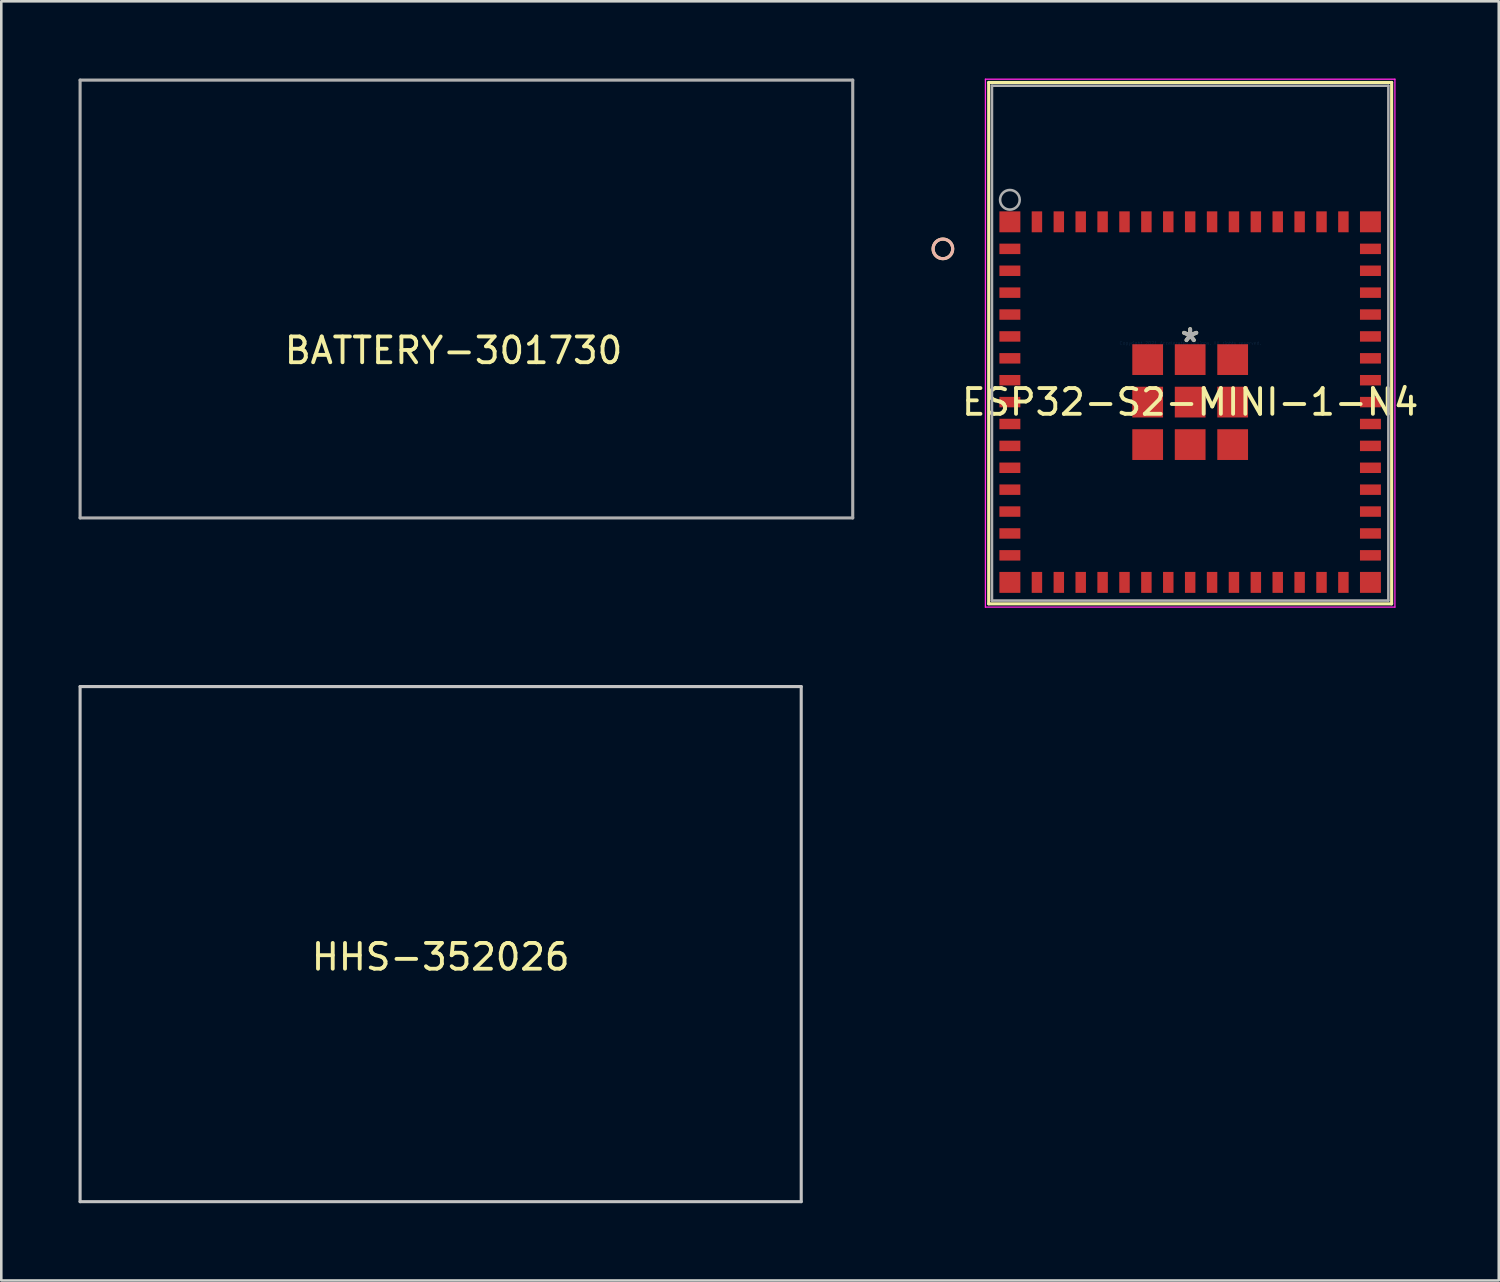
<source format=kicad_pcb>
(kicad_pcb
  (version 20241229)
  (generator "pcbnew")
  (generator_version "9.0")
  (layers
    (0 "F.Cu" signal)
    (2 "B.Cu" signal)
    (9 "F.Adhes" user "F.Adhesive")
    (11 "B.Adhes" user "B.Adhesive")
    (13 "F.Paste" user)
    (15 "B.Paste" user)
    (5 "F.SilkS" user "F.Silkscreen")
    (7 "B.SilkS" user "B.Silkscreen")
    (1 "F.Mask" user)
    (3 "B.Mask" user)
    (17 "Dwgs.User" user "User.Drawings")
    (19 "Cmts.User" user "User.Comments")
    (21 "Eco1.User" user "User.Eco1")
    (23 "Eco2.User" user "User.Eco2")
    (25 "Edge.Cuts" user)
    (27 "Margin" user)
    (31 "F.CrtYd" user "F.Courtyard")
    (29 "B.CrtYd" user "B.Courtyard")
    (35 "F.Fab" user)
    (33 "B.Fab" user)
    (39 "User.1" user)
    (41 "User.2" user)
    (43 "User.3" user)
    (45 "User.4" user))
  (footprint "BATTERY-301730"
    (layer "F.Cu")
    (at 15.06 8.56)
    (property "Reference" "BATTERY-301730" (at -0.5 2 0) (layer "F.SilkS") (effects (font (size 1 1) (thickness 0.15))))
    (attr through_hole)
    (fp_line (start -15 -8.5) (end 15 -8.5) (stroke (width 0.12) (type solid)) (layer "F.Fab"))
    (fp_line (start -15 8.5) (end -15 -8.5) (stroke (width 0.12) (type solid)) (layer "F.Fab"))
    (fp_line (start 15 -8.5) (end 15 8.5) (stroke (width 0.12) (type solid)) (layer "F.Fab"))
    (fp_line (start 15 8.5) (end -15 8.5) (stroke (width 0.12) (type solid)) (layer "F.Fab")))
  (footprint "ESP32-S2-MINI-1-N4"
    (layer "F.Cu")
    (at 43.162 10.274)
    (property "Reference" "ESP32-S2-MINI-1-N4" (at 0 2.289 0) (layer "F.SilkS") (effects (font (size 1 1) (thickness 0.15))))
    (attr through_hole)
    (fp_line (start -7.823 -10.122) (end -7.823 10.122) (stroke (width 0.12) (type solid)) (layer "F.SilkS"))
    (fp_line (start -7.823 10.122) (end 7.823 10.122) (stroke (width 0.12) (type solid)) (layer "F.SilkS"))
    (fp_line (start 7.823 -10.122) (end -7.823 -10.122) (stroke (width 0.12) (type solid)) (layer "F.SilkS"))
    (fp_line (start 7.823 10.122) (end 7.823 -10.122) (stroke (width 0.12) (type solid)) (layer "F.SilkS"))
    (fp_circle (center -9.601 -3.661) (end -9.22 -3.661) (stroke (width 0.12) (type solid)) (fill no) (layer "F.SilkS"))
    (fp_circle (center -9.601 -3.661) (end -9.22 -3.661) (stroke (width 0.12) (type solid)) (fill no) (layer "B.SilkS"))
    (fp_line (start -7.95 -10.249) (end -7.95 10.249) (stroke (width 0.05) (type solid)) (layer "F.CrtYd"))
    (fp_line (start -7.95 10.249) (end 7.95 10.249) (stroke (width 0.05) (type solid)) (layer "F.CrtYd"))
    (fp_line (start 7.95 -10.249) (end -7.95 -10.249) (stroke (width 0.05) (type solid)) (layer "F.CrtYd"))
    (fp_line (start 7.95 10.249) (end 7.95 -10.249) (stroke (width 0.05) (type solid)) (layer "F.CrtYd"))
    (fp_line (start -7.696 -9.995) (end -7.696 9.995) (stroke (width 0.1) (type solid)) (layer "F.Fab"))
    (fp_line (start -7.696 9.995) (end 7.696 9.995) (stroke (width 0.1) (type solid)) (layer "F.Fab"))
    (fp_line (start 7.696 -9.995) (end -7.696 -9.995) (stroke (width 0.1) (type solid)) (layer "F.Fab"))
    (fp_line (start 7.696 9.995) (end 7.696 -9.995) (stroke (width 0.1) (type solid)) (layer "F.Fab"))
    (fp_circle (center -7 -5.566) (end -6.619 -5.566) (stroke (width 0.1) (type solid)) (fill no) (layer "F.Fab"))
    (fp_text user "*" (at 0 0 0) (layer "F.SilkS") (effects (font (size 1 1) (thickness 0.15))))
    (fp_text user "Copyright 2021 Accelerated Designs. All rights reserved." (at 0 0 0) (layer "Cmts.User") (effects (font (size 0.127 0.127) (thickness 0.002))))
    (fp_text user "*" (at 0 0 0) (layer "F.Fab") (effects (font (size 1 1) (thickness 0.15))))
    (pad "1" smd rect (at -7 -3.661) (size 0.813 0.406) (layers "F.Cu" "F.Mask" "F.Paste"))
    (pad "2" smd rect (at -7 -2.811) (size 0.813 0.406) (layers "F.Cu" "F.Mask" "F.Paste"))
    (pad "3" smd rect (at -7 -1.961) (size 0.813 0.406) (layers "F.Cu" "F.Mask" "F.Paste"))
    (pad "4" smd rect (at -7 -1.111) (size 0.813 0.406) (layers "F.Cu" "F.Mask" "F.Paste"))
    (pad "5" smd rect (at -7 -0.261) (size 0.813 0.406) (layers "F.Cu" "F.Mask" "F.Paste"))
    (pad "6" smd rect (at -7 0.589) (size 0.813 0.406) (layers "F.Cu" "F.Mask" "F.Paste"))
    (pad "7" smd rect (at -7 1.439) (size 0.813 0.406) (layers "F.Cu" "F.Mask" "F.Paste"))
    (pad "8" smd rect (at -7 2.289) (size 0.813 0.406) (layers "F.Cu" "F.Mask" "F.Paste"))
    (pad "9" smd rect (at -7 3.139) (size 0.813 0.406) (layers "F.Cu" "F.Mask" "F.Paste"))
    (pad "10" smd rect (at -7 3.989) (size 0.813 0.406) (layers "F.Cu" "F.Mask" "F.Paste"))
    (pad "11" smd rect (at -7 4.839) (size 0.813 0.406) (layers "F.Cu" "F.Mask" "F.Paste"))
    (pad "12" smd rect (at -7 5.689) (size 0.813 0.406) (layers "F.Cu" "F.Mask" "F.Paste"))
    (pad "13" smd rect (at -7 6.539) (size 0.813 0.406) (layers "F.Cu" "F.Mask" "F.Paste"))
    (pad "14" smd rect (at -7 7.389) (size 0.813 0.406) (layers "F.Cu" "F.Mask" "F.Paste"))
    (pad "15" smd rect (at -7 8.239) (size 0.813 0.406) (layers "F.Cu" "F.Mask" "F.Paste"))
    (pad "16" smd rect (at -5.95 9.289) (size 0.406 0.813) (layers "F.Cu" "F.Mask" "F.Paste"))
    (pad "17" smd rect (at -5.1 9.289) (size 0.406 0.813) (layers "F.Cu" "F.Mask" "F.Paste"))
    (pad "18" smd rect (at -4.25 9.289) (size 0.406 0.813) (layers "F.Cu" "F.Mask" "F.Paste"))
    (pad "19" smd rect (at -3.4 9.289) (size 0.406 0.813) (layers "F.Cu" "F.Mask" "F.Paste"))
    (pad "20" smd rect (at -2.55 9.289) (size 0.406 0.813) (layers "F.Cu" "F.Mask" "F.Paste"))
    (pad "21" smd rect (at -1.7 9.289) (size 0.406 0.813) (layers "F.Cu" "F.Mask" "F.Paste"))
    (pad "22" smd rect (at -0.85 9.289) (size 0.406 0.813) (layers "F.Cu" "F.Mask" "F.Paste"))
    (pad "23" smd rect (at 0 9.289) (size 0.406 0.813) (layers "F.Cu" "F.Mask" "F.Paste"))
    (pad "24" smd rect (at 0.85 9.289) (size 0.406 0.813) (layers "F.Cu" "F.Mask" "F.Paste"))
    (pad "25" smd rect (at 1.7 9.289) (size 0.406 0.813) (layers "F.Cu" "F.Mask" "F.Paste"))
    (pad "26" smd rect (at 2.55 9.289) (size 0.406 0.813) (layers "F.Cu" "F.Mask" "F.Paste"))
    (pad "27" smd rect (at 3.4 9.289) (size 0.406 0.813) (layers "F.Cu" "F.Mask" "F.Paste"))
    (pad "28" smd rect (at 4.25 9.289) (size 0.406 0.813) (layers "F.Cu" "F.Mask" "F.Paste"))
    (pad "29" smd rect (at 5.1 9.289) (size 0.406 0.813) (layers "F.Cu" "F.Mask" "F.Paste"))
    (pad "30" smd rect (at 5.95 9.289) (size 0.406 0.813) (layers "F.Cu" "F.Mask" "F.Paste"))
    (pad "31" smd rect (at 7 8.239) (size 0.813 0.406) (layers "F.Cu" "F.Mask" "F.Paste"))
    (pad "32" smd rect (at 7 7.389) (size 0.813 0.406) (layers "F.Cu" "F.Mask" "F.Paste"))
    (pad "33" smd rect (at 7 6.539) (size 0.813 0.406) (layers "F.Cu" "F.Mask" "F.Paste"))
    (pad "34" smd rect (at 7 5.689) (size 0.813 0.406) (layers "F.Cu" "F.Mask" "F.Paste"))
    (pad "35" smd rect (at 7 4.839) (size 0.813 0.406) (layers "F.Cu" "F.Mask" "F.Paste"))
    (pad "36" smd rect (at 7 3.989) (size 0.813 0.406) (layers "F.Cu" "F.Mask" "F.Paste"))
    (pad "37" smd rect (at 7 3.139) (size 0.813 0.406) (layers "F.Cu" "F.Mask" "F.Paste"))
    (pad "38" smd rect (at 7 2.289) (size 0.813 0.406) (layers "F.Cu" "F.Mask" "F.Paste"))
    (pad "39" smd rect (at 7 1.439) (size 0.813 0.406) (layers "F.Cu" "F.Mask" "F.Paste"))
    (pad "40" smd rect (at 7 0.589) (size 0.813 0.406) (layers "F.Cu" "F.Mask" "F.Paste"))
    (pad "41" smd rect (at 7 -0.261) (size 0.813 0.406) (layers "F.Cu" "F.Mask" "F.Paste"))
    (pad "42" smd rect (at 7 -1.111) (size 0.813 0.406) (layers "F.Cu" "F.Mask" "F.Paste"))
    (pad "43" smd rect (at 7 -1.961) (size 0.813 0.406) (layers "F.Cu" "F.Mask" "F.Paste"))
    (pad "44" smd rect (at 7 -2.811) (size 0.813 0.406) (layers "F.Cu" "F.Mask" "F.Paste"))
    (pad "45" smd rect (at 7 -3.661) (size 0.813 0.406) (layers "F.Cu" "F.Mask" "F.Paste"))
    (pad "46" smd rect (at 5.95 -4.711) (size 0.406 0.813) (layers "F.Cu" "F.Mask" "F.Paste"))
    (pad "47" smd rect (at 5.1 -4.711) (size 0.406 0.813) (layers "F.Cu" "F.Mask" "F.Paste"))
    (pad "48" smd rect (at 4.25 -4.711) (size 0.406 0.813) (layers "F.Cu" "F.Mask" "F.Paste"))
    (pad "49" smd rect (at 3.4 -4.711) (size 0.406 0.813) (layers "F.Cu" "F.Mask" "F.Paste"))
    (pad "50" smd rect (at 2.55 -4.711) (size 0.406 0.813) (layers "F.Cu" "F.Mask" "F.Paste"))
    (pad "51" smd rect (at 1.7 -4.711) (size 0.406 0.813) (layers "F.Cu" "F.Mask" "F.Paste"))
    (pad "52" smd rect (at 0.85 -4.711) (size 0.406 0.813) (layers "F.Cu" "F.Mask" "F.Paste"))
    (pad "53" smd rect (at 0 -4.711) (size 0.406 0.813) (layers "F.Cu" "F.Mask" "F.Paste"))
    (pad "54" smd rect (at -0.85 -4.711) (size 0.406 0.813) (layers "F.Cu" "F.Mask" "F.Paste"))
    (pad "55" smd rect (at -1.7 -4.711) (size 0.406 0.813) (layers "F.Cu" "F.Mask" "F.Paste"))
    (pad "56" smd rect (at -2.55 -4.711) (size 0.406 0.813) (layers "F.Cu" "F.Mask" "F.Paste"))
    (pad "57" smd rect (at -3.4 -4.711) (size 0.406 0.813) (layers "F.Cu" "F.Mask" "F.Paste"))
    (pad "58" smd rect (at -4.25 -4.711) (size 0.406 0.813) (layers "F.Cu" "F.Mask" "F.Paste"))
    (pad "59" smd rect (at -5.1 -4.711) (size 0.406 0.813) (layers "F.Cu" "F.Mask" "F.Paste"))
    (pad "60" smd rect (at -5.95 -4.711) (size 0.406 0.813) (layers "F.Cu" "F.Mask" "F.Paste"))
    (pad "61" smd rect (at 0 2.289) (size 1.194 1.194) (layers "F.Cu" "F.Mask" "F.Paste"))
    (pad "62" smd rect (at -7 -4.711) (size 0.813 0.813) (layers "F.Cu" "F.Mask" "F.Paste"))
    (pad "63" smd rect (at -7 9.289) (size 0.813 0.813) (layers "F.Cu" "F.Mask" "F.Paste"))
    (pad "64" smd rect (at 7 9.289) (size 0.813 0.813) (layers "F.Cu" "F.Mask" "F.Paste"))
    (pad "65" smd rect (at 7 -4.711) (size 0.813 0.813) (layers "F.Cu" "F.Mask" "F.Paste"))
    (pad "66" smd rect (at -1.65 0.639) (size 1.194 1.194) (layers "F.Cu" "F.Mask" "F.Paste"))
    (pad "67" smd rect (at 0 0.639) (size 1.194 1.194) (layers "F.Cu" "F.Mask" "F.Paste"))
    (pad "68" smd rect (at 1.65 0.639) (size 1.194 1.194) (layers "F.Cu" "F.Mask" "F.Paste"))
    (pad "69" smd rect (at -1.65 2.289) (size 1.194 1.194) (layers "F.Cu" "F.Mask" "F.Paste"))
    (pad "70" smd rect (at 1.65 2.289) (size 1.194 1.194) (layers "F.Cu" "F.Mask" "F.Paste"))
    (pad "71" smd rect (at -1.65 3.939) (size 1.194 1.194) (layers "F.Cu" "F.Mask" "F.Paste"))
    (pad "72" smd rect (at 0 3.939) (size 1.194 1.194) (layers "F.Cu" "F.Mask" "F.Paste"))
    (pad "73" smd rect (at 1.65 3.939) (size 1.194 1.194) (layers "F.Cu" "F.Mask" "F.Paste")))
  (footprint "HHS-352026"
    (layer "F.Cu")
    (at 14.06 33.608)
    (property "Reference" "HHS-352026" (at 0 0.5 0) (layer "F.SilkS") (effects (font (size 1 1) (thickness 0.15))))
    (attr through_hole)
    (fp_line (start -14 -10) (end 14 -10) (stroke (width 0.12) (type solid)) (layer "Dwgs.User"))
    (fp_line (start -14 10) (end -14 -10) (stroke (width 0.12) (type solid)) (layer "Dwgs.User"))
    (fp_line (start 14 -10) (end 14 10) (stroke (width 0.12) (type solid)) (layer "Dwgs.User"))
    (fp_line (start 14 10) (end -14 10) (stroke (width 0.12) (type solid)) (layer "Dwgs.User")))
  (gr_rect
    (start -3 -3)
    (end 55.144 46.668)
    (stroke (width 0.1) (type default))
    (fill no)
    (layer "Edge.Cuts")))
</source>
